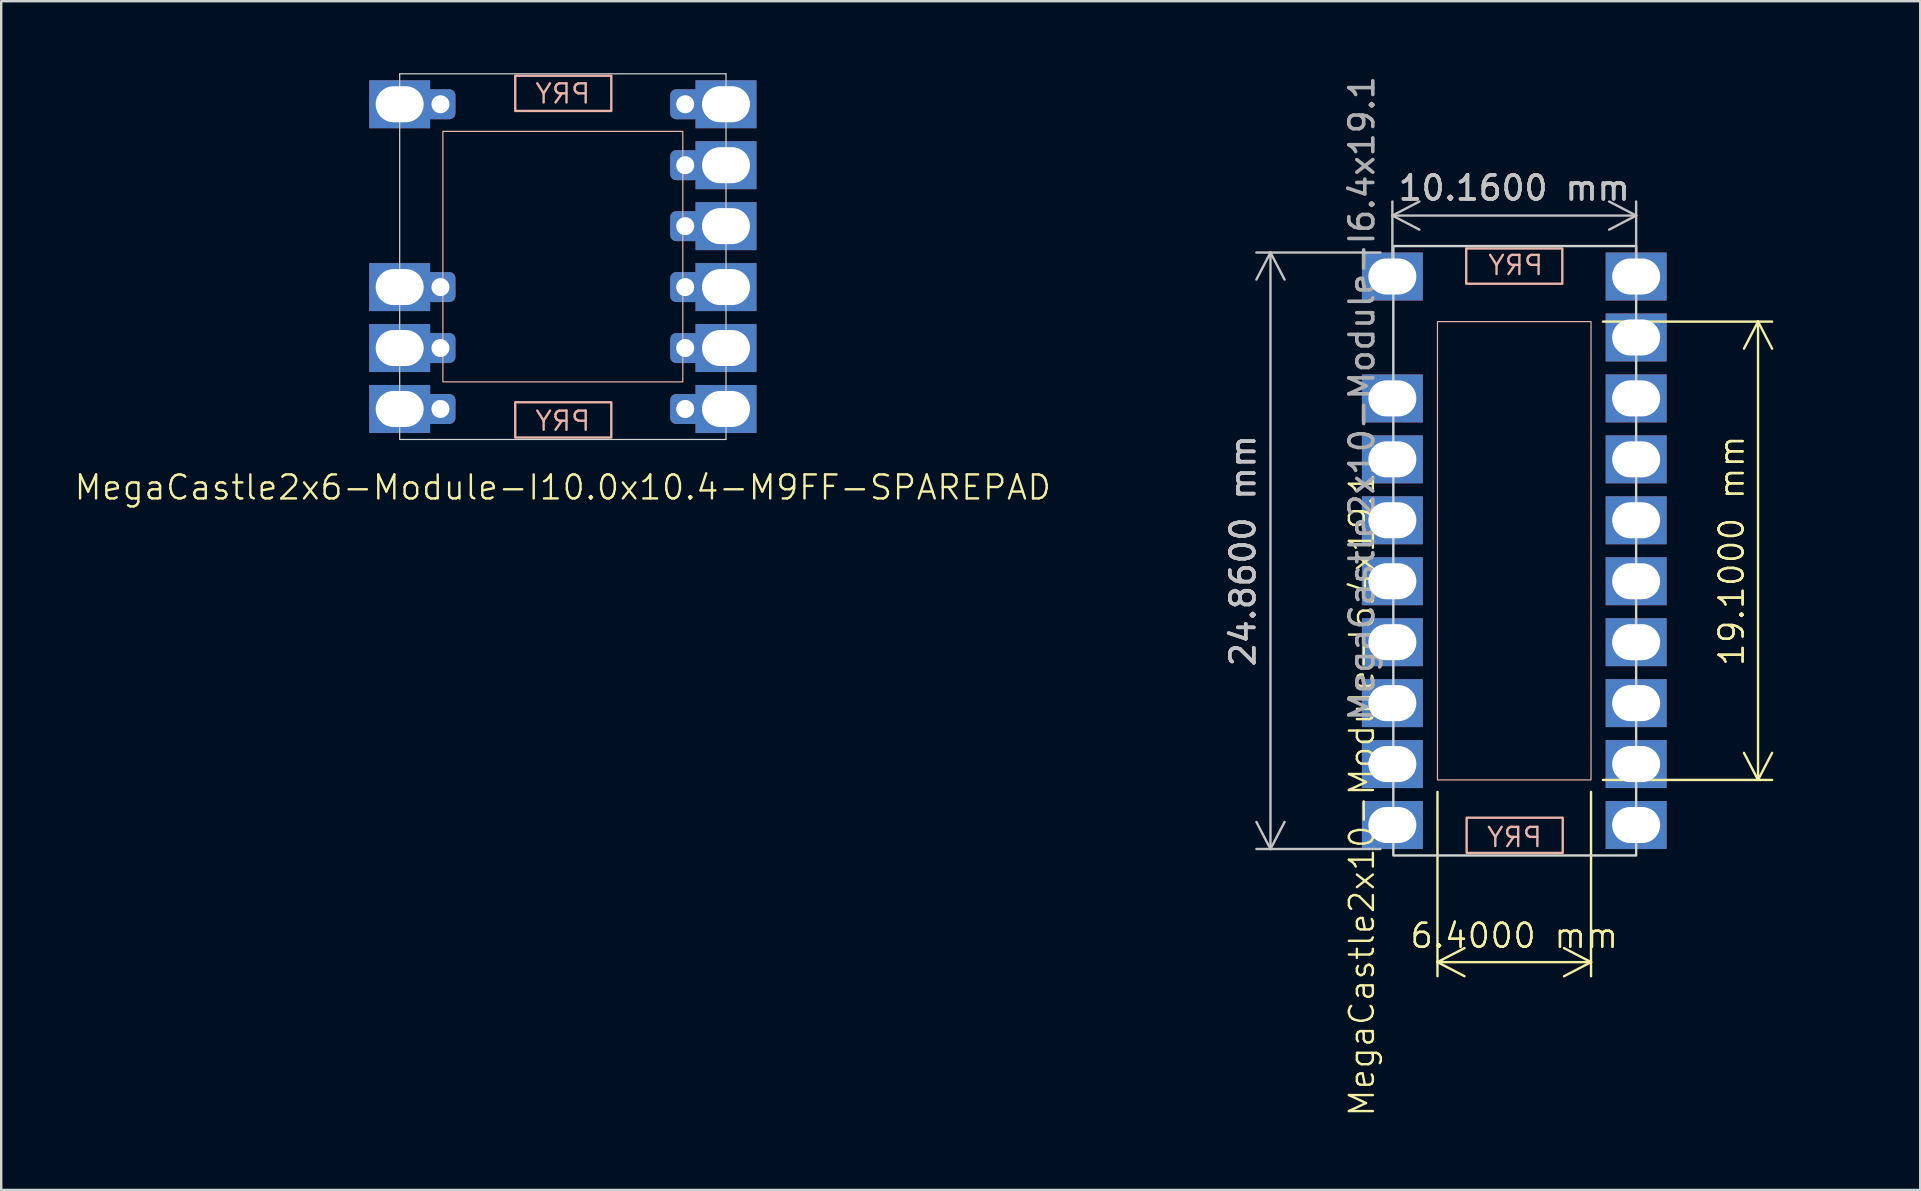
<source format=kicad_pcb>
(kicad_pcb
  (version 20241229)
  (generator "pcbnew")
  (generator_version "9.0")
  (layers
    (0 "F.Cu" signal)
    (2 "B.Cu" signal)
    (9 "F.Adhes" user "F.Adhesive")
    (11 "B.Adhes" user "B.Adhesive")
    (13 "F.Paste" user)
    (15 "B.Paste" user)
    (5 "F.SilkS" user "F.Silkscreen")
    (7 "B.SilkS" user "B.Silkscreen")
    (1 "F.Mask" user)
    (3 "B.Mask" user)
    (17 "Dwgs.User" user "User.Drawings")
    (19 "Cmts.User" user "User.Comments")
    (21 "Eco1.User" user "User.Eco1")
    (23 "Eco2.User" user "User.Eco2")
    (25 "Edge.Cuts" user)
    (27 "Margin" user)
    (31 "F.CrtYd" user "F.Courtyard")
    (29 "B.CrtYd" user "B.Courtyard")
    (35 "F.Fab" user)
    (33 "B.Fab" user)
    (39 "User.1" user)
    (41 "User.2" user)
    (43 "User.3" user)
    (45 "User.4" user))
  (footprint "MegaCastle2x6-Module-I10.0x10.4-M9FF-SPAREPAD"
    (layer "F.Cu")
    (at 20.407 7.645)
    (property "Reference" "MegaCastle2x6-Module-I10.0x10.4-M9FF-SPAREPAD" (at 0 9.62 0) (unlocked yes) (layer "F.SilkS") (effects (font (size 1 1) (thickness 0.1))))
    (attr smd)
    (fp_rect (start -5 5.22) (end 5 -5.22) (stroke (width 0.05) (type default)) (fill no) (layer "B.SilkS"))
    (fp_rect (start -1.984 -6.071) (end 2.02 -7.54) (stroke (width 0.1) (type default)) (fill no) (layer "B.SilkS"))
    (fp_rect (start -1.984 6.071) (end 2.02 7.54) (stroke (width 0.1) (type default)) (fill no) (layer "B.SilkS"))
    (fp_line (start -6.8 -7.62) (end -6.8 7.62) (stroke (width 0.05) (type default)) (layer "Edge.Cuts"))
    (fp_line (start -6.8 -7.62) (end 6.8 -7.62) (stroke (width 0.05) (type default)) (layer "Edge.Cuts"))
    (fp_line (start -6.8 7.62) (end 6.8 7.62) (stroke (width 0.05) (type default)) (layer "Edge.Cuts"))
    (fp_line (start 6.8 -7.62) (end 6.8 7.62) (stroke (width 0.05) (type default)) (layer "Edge.Cuts"))
    (fp_text user "PRY" (at 0 7.32 0) (unlocked yes) (layer "B.SilkS") (effects (font (size 0.8 0.8) (thickness 0.1)) (justify bottom mirror)))
    (fp_text user "PRY" (at 0 -6.32 0) (unlocked yes) (layer "B.SilkS") (effects (font (size 0.8 0.8) (thickness 0.1)) (justify bottom mirror)))
    (pad "1" thru_hole rect (at -6.8 -6.35) (size 2.54 2) (drill oval 2 1.5) (property pad_prop_castellated) (layers "*.Cu" "*.Mask"))
    (pad "1" thru_hole roundrect (at -5.1 -6.35 180) (size 1.25 1.25) (drill 0.75) (layers "*.Cu" "*.Mask") (roundrect_rratio 0.2))
    (pad "4" thru_hole rect (at -6.8 1.27) (size 2.54 2) (drill oval 2 1.5) (property pad_prop_castellated) (layers "*.Cu" "*.Mask"))
    (pad "4" thru_hole roundrect (at -5.1 1.27 180) (size 1.25 1.25) (drill 0.75) (layers "*.Cu" "*.Mask") (roundrect_rratio 0.2))
    (pad "5" thru_hole rect (at -6.8 3.81) (size 2.54 2) (drill oval 2 1.5) (property pad_prop_castellated) (layers "*.Cu" "*.Mask"))
    (pad "5" thru_hole roundrect (at -5.1 3.81 180) (size 1.25 1.25) (drill 0.75) (layers "*.Cu" "*.Mask") (roundrect_rratio 0.2))
    (pad "6" thru_hole rect (at -6.8 6.35) (size 2.54 2) (drill oval 2 1.5) (property pad_prop_castellated) (layers "*.Cu" "*.Mask"))
    (pad "6" thru_hole roundrect (at -5.1 6.35 180) (size 1.25 1.25) (drill 0.75) (layers "*.Cu" "*.Mask") (roundrect_rratio 0.2))
    (pad "7" thru_hole roundrect (at 5.1 -6.35 180) (size 1.25 1.25) (drill 0.75) (layers "*.Cu" "*.Mask") (roundrect_rratio 0.2))
    (pad "7" thru_hole rect (at 6.8 -6.35) (size 2.54 2) (drill oval 2 1.5) (property pad_prop_castellated) (layers "*.Cu" "*.Mask"))
    (pad "8" thru_hole roundrect (at 5.1 -3.81 180) (size 1.25 1.25) (drill 0.75) (layers "*.Cu" "*.Mask") (roundrect_rratio 0.2))
    (pad "8" thru_hole rect (at 6.8 -3.81) (size 2.54 2) (drill oval 2 1.5) (property pad_prop_castellated) (layers "*.Cu" "*.Mask"))
    (pad "9" thru_hole roundrect (at 5.1 -1.27 180) (size 1.25 1.25) (drill 0.75) (layers "*.Cu" "*.Mask") (roundrect_rratio 0.2))
    (pad "9" thru_hole rect (at 6.8 -1.27) (size 2.54 2) (drill oval 2 1.5) (property pad_prop_castellated) (layers "*.Cu" "*.Mask"))
    (pad "10" thru_hole roundrect (at 5.1 1.27 180) (size 1.25 1.25) (drill 0.75) (layers "*.Cu" "*.Mask") (roundrect_rratio 0.2))
    (pad "10" thru_hole rect (at 6.8 1.27) (size 2.54 2) (drill oval 2 1.5) (property pad_prop_castellated) (layers "*.Cu" "*.Mask"))
    (pad "11" thru_hole roundrect (at 5.1 3.81 180) (size 1.25 1.25) (drill 0.75) (layers "*.Cu" "*.Mask") (roundrect_rratio 0.2))
    (pad "11" thru_hole rect (at 6.8 3.81) (size 2.54 2) (drill oval 2 1.5) (property pad_prop_castellated) (layers "*.Cu" "*.Mask"))
    (pad "12" thru_hole roundrect (at 5.1 6.35 180) (size 1.25 1.25) (drill 0.75) (layers "*.Cu" "*.Mask") (roundrect_rratio 0.2))
    (pad "12" thru_hole rect (at 6.8 6.35) (size 2.54 2) (drill oval 2 1.5) (property pad_prop_castellated) (layers "*.Cu" "*.Mask"))
    (zone (net_name "") (layer "B.Cu") (hatch edge 0.5) (connect_pads) (min_thickness 0.25) (filled_areas_thickness no) (keepout (tracks allowed) (vias allowed) (pads allowed) (copperpour allowed) (footprints not_allowed)) (placement (enabled no)) (fill) (polygon (pts (xy 13.607 15.265) (xy 13.607 0.025) (xy 15.407 0.025) (xy 15.407 15.265))))
    (zone (net_name "") (layer "B.Cu") (hatch edge 0.5) (connect_pads) (min_thickness 0.25) (filled_areas_thickness no) (keepout (tracks allowed) (vias allowed) (pads allowed) (copperpour allowed) (footprints not_allowed)) (placement (enabled no)) (fill) (polygon (pts (xy 15.407 0.025) (xy 15.407 2.425) (xy 25.407 2.425) (xy 25.407 0.025))))
    (zone (net_name "") (layer "B.Cu") (hatch edge 0.5) (connect_pads) (min_thickness 0.25) (filled_areas_thickness no) (keepout (tracks allowed) (vias allowed) (pads allowed) (copperpour allowed) (footprints not_allowed)) (placement (enabled no)) (fill) (polygon (pts (xy 15.407 15.265) (xy 15.407 12.865) (xy 25.407 12.865) (xy 25.407 15.265))))
    (zone (net_name "") (layer "B.Cu") (name "Upper Pry Zone") (hatch edge 0.5) (connect_pads) (min_thickness 0.25) (filled_areas_thickness no) (keepout (tracks not_allowed) (vias not_allowed) (pads not_allowed) (copperpour allowed) (footprints not_allowed)) (placement (enabled no)) (fill) (polygon (pts (xy 18.423 1.574) (xy 18.423 0.105) (xy 22.427 0.105) (xy 22.427 1.574))))
    (zone (net_name "") (layer "B.Cu") (name "Upper Pry Zone") (hatch edge 0.5) (connect_pads) (min_thickness 0.25) (filled_areas_thickness no) (keepout (tracks not_allowed) (vias not_allowed) (pads not_allowed) (copperpour allowed) (footprints not_allowed)) (placement (enabled no)) (fill) (polygon (pts (xy 18.423 13.716) (xy 18.423 15.185) (xy 22.427 15.185) (xy 22.427 13.716))))
    (zone (net_name "") (layer "B.Cu") (hatch edge 0.5) (connect_pads) (min_thickness 0.25) (filled_areas_thickness no) (keepout (tracks allowed) (vias allowed) (pads allowed) (copperpour allowed) (footprints not_allowed)) (placement (enabled no)) (fill) (polygon (pts (xy 27.207 15.265) (xy 27.207 0.025) (xy 25.407 0.025) (xy 25.407 15.265)))))
  (footprint "MegaCastle2x10-Module-I6.4x19.1"
    (layer "F.Cu")
    (at 60.059 19.904)
    (property "Reference" "MegaCastle2x10-Module-I6.4x19.1" (at -6.35 10.16 90) (unlocked yes) (layer "F.SilkS") (effects (font (size 1 1) (thickness 0.1))))
    (attr smd)
    (fp_rect (start -3.2 9.55) (end 3.2 -9.55) (stroke (width 0.05) (type default)) (fill no) (layer "B.SilkS"))
    (fp_rect (start -2.002 -12.598) (end 2.002 -11.13) (stroke (width 0.1) (type default)) (fill no) (layer "B.SilkS"))
    (fp_rect (start -1.984 11.125) (end 2.02 12.594) (stroke (width 0.1) (type default)) (fill no) (layer "B.SilkS"))
    (fp_rect (start -5.04 -12.7) (end 5.08 12.7) (stroke (width 0.1) (type default)) (fill no) (layer "Edge.Cuts"))
    (fp_text user "PRY" (at 1.27 -11.43 0) (unlocked yes) (layer "B.SilkS") (effects (font (size 0.8 0.8) (thickness 0.1)) (justify left bottom mirror)))
    (fp_text user "PRY" (at 1.219 12.409 0) (unlocked yes) (layer "B.SilkS") (effects (font (size 0.8 0.8) (thickness 0.1)) (justify left bottom mirror)))
    (fp_text user "${REFERENCE}" (at -6.35 -6.35 90) (unlocked yes) (layer "F.Fab") (effects (font (size 1 1) (thickness 0.15))))
    (dimension (type aligned) (layer "F.SilkS") (pts (xy 56.859 29.454) (xy 63.259 29.454)) (height 7.595) (format (prefix "") (suffix "") (units 3) (units_format 1) (precision 4)) (style (thickness 0.1) (arrow_length 1.27) (text_position_mode 0) (arrow_direction outward) (extension_height 0.586) (extension_offset 0.5) (keep_text_aligned yes)) (gr_text "6.4000 mm" (at 60.059 35.949 0) (layer "F.SilkS") (effects (font (size 1 1) (thickness 0.1)))))
    (dimension (type aligned) (layer "F.SilkS") (pts (xy 63.259 29.454) (xy 63.259 10.354)) (height 6.96) (format (prefix "") (suffix "") (units 3) (units_format 1) (precision 4)) (style (thickness 0.1) (arrow_length 1.27) (text_position_mode 0) (arrow_direction outward) (extension_height 0.586) (extension_offset 0.5) (keep_text_aligned yes)) (gr_text "19.1000 mm" (at 69.119 19.904 90) (layer "F.SilkS") (effects (font (size 1 1) (thickness 0.1)))))
    (dimension (type aligned) (layer "Dwgs.User") (pts (xy 54.979 8.474) (xy 65.139 8.474)) (height -2.54) (format (prefix "") (suffix "") (units 3) (units_format 1) (precision 4)) (style (thickness 0.1) (arrow_length 1.27) (text_position_mode 0) (arrow_direction outward) (extension_height 0.586) (extension_offset 0.5) (keep_text_aligned yes)) (gr_text "10.1600 mm" (at 60.059 4.784 0) (layer "Dwgs.User") (effects (font (size 1 1) (thickness 0.15)))))
    (dimension (type aligned) (layer "Dwgs.User") (pts (xy 54.979 7.474) (xy 54.979 32.334)) (height 5.08) (format (prefix "") (suffix "") (units 3) (units_format 1) (precision 4)) (style (thickness 0.1) (arrow_length 1.27) (text_position_mode 0) (arrow_direction outward) (extension_height 0.586) (extension_offset 0.5) (keep_text_aligned yes)) (gr_text "24.8600 mm" (at 48.749 19.904 90) (layer "Dwgs.User") (effects (font (size 1 1) (thickness 0.15)))))
    (pad "1" thru_hole rect (at -5.08 -11.43) (size 2.54 2) (drill oval 2 1.5) (property pad_prop_castellated) (layers "*.Cu" "*.Mask"))
    (pad "3" thru_hole rect (at -5.08 -6.35) (size 2.54 2) (drill oval 2 1.5) (property pad_prop_castellated) (layers "*.Cu" "*.Mask"))
    (pad "4" thru_hole rect (at -5.08 -3.81) (size 2.54 2) (drill oval 2 1.5) (property pad_prop_castellated) (layers "*.Cu" "*.Mask"))
    (pad "5" thru_hole rect (at -5.08 -1.27) (size 2.54 2) (drill oval 2 1.5) (property pad_prop_castellated) (layers "*.Cu" "*.Mask"))
    (pad "6" thru_hole rect (at -5.08 1.27) (size 2.54 2) (drill oval 2 1.5) (property pad_prop_castellated) (layers "*.Cu" "*.Mask"))
    (pad "7" thru_hole rect (at -5.08 3.81) (size 2.54 2) (drill oval 2 1.5) (property pad_prop_castellated) (layers "*.Cu" "*.Mask"))
    (pad "8" thru_hole rect (at -5.08 6.35) (size 2.54 2) (drill oval 2 1.5) (property pad_prop_castellated) (layers "*.Cu" "*.Mask"))
    (pad "9" thru_hole rect (at -5.08 8.89) (size 2.54 2) (drill oval 2 1.5) (property pad_prop_castellated) (layers "*.Cu" "*.Mask"))
    (pad "10" thru_hole rect (at -5.08 11.43) (size 2.54 2) (drill oval 2 1.5) (property pad_prop_castellated) (layers "*.Cu" "*.Mask"))
    (pad "11" thru_hole rect (at 5.08 -11.43) (size 2.54 2) (drill oval 2 1.5) (property pad_prop_castellated) (layers "*.Cu" "*.Mask"))
    (pad "12" thru_hole rect (at 5.08 -8.89) (size 2.54 2) (drill oval 2 1.5) (property pad_prop_castellated) (layers "*.Cu" "*.Mask"))
    (pad "13" thru_hole rect (at 5.08 -6.35) (size 2.54 2) (drill oval 2 1.5) (property pad_prop_castellated) (layers "*.Cu" "*.Mask"))
    (pad "14" thru_hole rect (at 5.08 -3.81) (size 2.54 2) (drill oval 2 1.5) (property pad_prop_castellated) (layers "*.Cu" "*.Mask"))
    (pad "15" thru_hole rect (at 5.08 -1.27) (size 2.54 2) (drill oval 2 1.5) (property pad_prop_castellated) (layers "*.Cu" "*.Mask"))
    (pad "16" thru_hole rect (at 5.08 1.27) (size 2.54 2) (drill oval 2 1.5) (property pad_prop_castellated) (layers "*.Cu" "*.Mask"))
    (pad "17" thru_hole rect (at 5.08 3.81) (size 2.54 2) (drill oval 2 1.5) (property pad_prop_castellated) (layers "*.Cu" "*.Mask"))
    (pad "18" thru_hole rect (at 5.08 6.35) (size 2.54 2) (drill oval 2 1.5) (property pad_prop_castellated) (layers "*.Cu" "*.Mask"))
    (pad "19" thru_hole rect (at 5.08 8.89) (size 2.54 2) (drill oval 2 1.5) (property pad_prop_castellated) (layers "*.Cu" "*.Mask"))
    (pad "20" thru_hole rect (at 5.08 11.43) (size 2.54 2) (drill oval 2 1.5) (property pad_prop_castellated) (layers "*.Cu" "*.Mask"))
    (zone (net_name "") (layer "B.Cu") (hatch edge 0.5) (connect_pads) (min_thickness 0.25) (filled_areas_thickness no) (keepout (tracks allowed) (vias allowed) (pads allowed) (copperpour allowed) (footprints not_allowed)) (placement (enabled no)) (fill) (polygon (pts (xy 53.074 32.604) (xy 53.074 7.204) (xy 56.884 7.204) (xy 56.884 32.604))))
    (zone (net_name "") (layer "B.Cu") (name "Upper Pry Zone") (hatch edge 0.5) (connect_pads) (min_thickness 0.25) (filled_areas_thickness no) (keepout (tracks not_allowed) (vias not_allowed) (pads not_allowed) (copperpour allowed) (footprints not_allowed)) (placement (enabled no)) (fill) (polygon (pts (xy 58.061 8.662) (xy 58.057 7.198) (xy 62.063 7.204) (xy 62.051 8.665))))
    (zone (net_name "") (layer "B.Cu") (name "Lower Pry Zone") (hatch edge 0.5) (connect_pads) (min_thickness 0.25) (filled_areas_thickness no) (keepout (tracks not_allowed) (vias not_allowed) (pads not_allowed) (copperpour allowed) (footprints not_allowed)) (placement (enabled no)) (fill) (polygon (pts (xy 58.068 32.541) (xy 58.064 31.078) (xy 62.07 31.084) (xy 62.058 32.544))))
    (zone (net_name "") (layer "B.Cu") (hatch edge 0.5) (connect_pads) (min_thickness 0.25) (filled_areas_thickness no) (keepout (tracks allowed) (vias allowed) (pads allowed) (copperpour allowed) (footprints not_allowed)) (placement (enabled no)) (fill) (polygon (pts (xy 67.044 32.604) (xy 67.044 7.204) (xy 63.234 7.204) (xy 63.234 32.604))))
    (zone (net_name "") (layer "B.Cu") (hatch edge 0.5) (connect_pads) (min_thickness 0.25) (filled_areas_thickness no) (keepout (tracks allowed) (vias allowed) (pads allowed) (copperpour allowed) (footprints not_allowed)) (placement (enabled no)) (fill) (polygon (pts (xy 54.979 7.204) (xy 54.967 10.154) (xy 65.165 10.174) (xy 65.139 7.204) (xy 62.063 7.204) (xy 62.051 8.665) (xy 58.061 8.662) (xy 58.057 7.198))))
    (zone (net_name "") (layer "B.Cu") (hatch edge 0.5) (connect_pads) (min_thickness 0.25) (filled_areas_thickness no) (keepout (tracks allowed) (vias allowed) (pads allowed) (copperpour allowed) (footprints not_allowed)) (placement (enabled no)) (fill) (polygon (pts (xy 54.983 32.536) (xy 54.97 29.586) (xy 65.168 29.565) (xy 65.143 32.536) (xy 62.067 32.535) (xy 62.055 31.075) (xy 58.064 31.078) (xy 58.061 32.541)))))
  (gr_rect
    (start -3 -3)
    (end 76.978 46.542)
    (stroke (width 0.1) (type default))
    (fill no)
    (layer "Edge.Cuts")))
</source>
